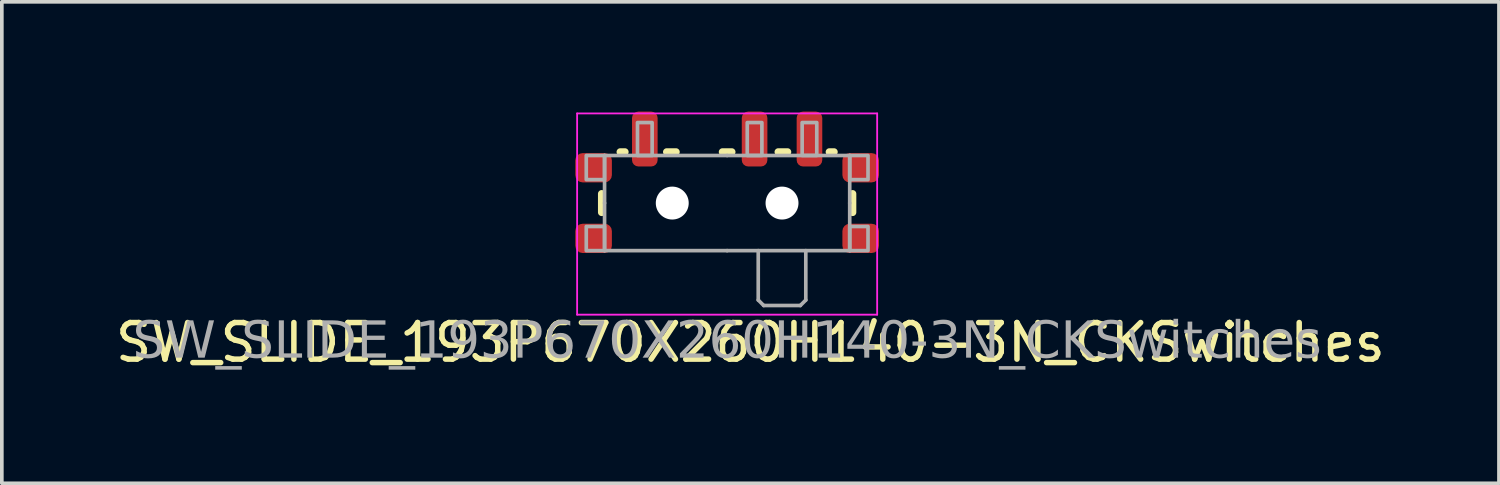
<source format=kicad_pcb>
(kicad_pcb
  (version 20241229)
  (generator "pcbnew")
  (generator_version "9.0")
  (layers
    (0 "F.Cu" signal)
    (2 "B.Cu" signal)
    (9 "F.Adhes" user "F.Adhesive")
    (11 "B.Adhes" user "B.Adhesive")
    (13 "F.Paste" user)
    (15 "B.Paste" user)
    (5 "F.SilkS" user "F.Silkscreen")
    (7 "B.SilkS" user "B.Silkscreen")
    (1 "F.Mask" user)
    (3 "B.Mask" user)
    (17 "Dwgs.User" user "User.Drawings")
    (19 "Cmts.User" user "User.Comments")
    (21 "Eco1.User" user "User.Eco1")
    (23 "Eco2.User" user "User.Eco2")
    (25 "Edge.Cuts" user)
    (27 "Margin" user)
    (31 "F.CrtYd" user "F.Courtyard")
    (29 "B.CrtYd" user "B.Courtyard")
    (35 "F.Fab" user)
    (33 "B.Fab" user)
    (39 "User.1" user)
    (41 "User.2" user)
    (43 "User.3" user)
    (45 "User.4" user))
  (footprint "SW_SLIDE_193P670X260H140-3N_CKSwitches"
    (layer "F.Cu")
    (at 16.823 2.5)
    (property "Reference" "SW_SLIDE_193P670X260H140-3N_CKSwitches" (at 0.635 3.81 0) (layer "F.SilkS") (effects (font (size 1 1) (thickness 0.15))))
    (attr smd)
    (fp_line (start -3.429 0.254) (end -3.429 -0.254) (stroke (width 0.203) (type solid)) (layer "F.SilkS"))
    (fp_line (start -2.921 -1.397) (end -2.794 -1.397) (stroke (width 0.203) (type solid)) (layer "F.SilkS"))
    (fp_line (start -1.651 -1.397) (end -1.397 -1.397) (stroke (width 0.203) (type solid)) (layer "F.SilkS"))
    (fp_line (start 0.127 -1.397) (end -0.127 -1.397) (stroke (width 0.203) (type solid)) (layer "F.SilkS"))
    (fp_line (start 1.651 -1.397) (end 1.397 -1.397) (stroke (width 0.203) (type solid)) (layer "F.SilkS"))
    (fp_line (start 2.921 -1.397) (end 2.794 -1.397) (stroke (width 0.203) (type solid)) (layer "F.SilkS"))
    (fp_line (start 3.429 0.254) (end 3.429 -0.254) (stroke (width 0.203) (type solid)) (layer "F.SilkS"))
    (fp_line (start -4.1 -2.45) (end -4.1 3.05) (stroke (width 0.05) (type solid)) (layer "F.CrtYd"))
    (fp_line (start -4.1 3.05) (end 4.1 3.05) (stroke (width 0.05) (type solid)) (layer "F.CrtYd"))
    (fp_line (start 4.1 -2.45) (end -4.1 -2.45) (stroke (width 0.05) (type solid)) (layer "F.CrtYd"))
    (fp_line (start 4.1 3.05) (end 4.1 -2.45) (stroke (width 0.05) (type solid)) (layer "F.CrtYd"))
    (fp_line (start -3.35 -1.3) (end -3.35 0) (stroke (width 0.1) (type solid)) (layer "F.Fab"))
    (fp_line (start -3.35 1.3) (end -3.35 0) (stroke (width 0.1) (type solid)) (layer "F.Fab"))
    (fp_line (start 0 -1.3) (end -3.35 -1.3) (stroke (width 0.1) (type solid)) (layer "F.Fab"))
    (fp_line (start 0 -1.3) (end 3.35 -1.3) (stroke (width 0.1) (type solid)) (layer "F.Fab"))
    (fp_line (start 0 1.3) (end -3.35 1.3) (stroke (width 0.1) (type solid)) (layer "F.Fab"))
    (fp_line (start 0 1.3) (end 3.35 1.3) (stroke (width 0.1) (type solid)) (layer "F.Fab"))
    (fp_line (start 0.85 2.65) (end 0.85 1.3) (stroke (width 0.1) (type solid)) (layer "F.Fab"))
    (fp_line (start 1 2.8) (end 0.85 2.65) (stroke (width 0.1) (type solid)) (layer "F.Fab"))
    (fp_line (start 2 2.8) (end 1 2.8) (stroke (width 0.1) (type solid)) (layer "F.Fab"))
    (fp_line (start 2 2.8) (end 2.15 2.65) (stroke (width 0.1) (type solid)) (layer "F.Fab"))
    (fp_line (start 2.15 1.3) (end 2.15 2.65) (stroke (width 0.1) (type solid)) (layer "F.Fab"))
    (fp_line (start 3.35 -1.3) (end 3.35 0) (stroke (width 0.1) (type solid)) (layer "F.Fab"))
    (fp_line (start 3.35 1.3) (end 3.35 0) (stroke (width 0.1) (type solid)) (layer "F.Fab"))
    (fp_rect (start -3.35 -1.3) (end -3.85 -0.64) (stroke (width 0.1) (type solid)) (fill no) (layer "F.Fab"))
    (fp_rect (start -3.35 1.3) (end -3.85 0.64) (stroke (width 0.1) (type solid)) (fill no) (layer "F.Fab"))
    (fp_rect (start -2.05 -2.2) (end -2.45 -1.3) (stroke (width 0.1) (type solid)) (fill no) (layer "F.Fab"))
    (fp_rect (start 0.55 -2.2) (end 0.95 -1.3) (stroke (width 0.1) (type solid)) (fill no) (layer "F.Fab"))
    (fp_rect (start 2.05 -2.2) (end 2.45 -1.3) (stroke (width 0.1) (type solid)) (fill no) (layer "F.Fab"))
    (fp_rect (start 3.35 -1.3) (end 3.85 -0.64) (stroke (width 0.1) (type solid)) (fill no) (layer "F.Fab"))
    (fp_rect (start 3.35 1.3) (end 3.85 0.64) (stroke (width 0.1) (type solid)) (fill no) (layer "F.Fab"))
    (fp_text user "${REFERENCE}" (at 0 3.81 0) (layer "F.Fab") (effects (font (face "Tahoma") (size 1 1) (thickness 0.15))))
    (pad "" np_thru_hole circle (at -1.5 0) (size 0.9 0.9) (drill 0.9) (layers "*.Cu" "*.Mask"))
    (pad "" np_thru_hole circle (at 1.5 0) (size 0.9 0.9) (drill 0.9) (layers "*.Cu" "*.Mask"))
    (pad "1" smd roundrect (at -2.25 -1.75) (size 0.7 1.5) (layers "F.Cu" "F.Mask" "F.Paste") (roundrect_rratio 0.25))
    (pad "2" smd roundrect (at 0.75 -1.75) (size 0.7 1.5) (layers "F.Cu" "F.Mask" "F.Paste") (roundrect_rratio 0.25))
    (pad "3" smd roundrect (at 2.25 -1.75) (size 0.7 1.5) (layers "F.Cu" "F.Mask" "F.Paste") (roundrect_rratio 0.25))
    (pad "MP" smd roundrect (at -3.65 -0.965) (size 1 0.8) (layers "F.Cu" "F.Mask" "F.Paste") (roundrect_rratio 0.25))
    (pad "MP" smd roundrect (at -3.65 0.965) (size 1 0.8) (layers "F.Cu" "F.Mask" "F.Paste") (roundrect_rratio 0.25))
    (pad "MP" smd roundrect (at 3.65 -0.965) (size 1 0.8) (layers "F.Cu" "F.Mask" "F.Paste") (roundrect_rratio 0.25))
    (pad "MP" smd roundrect (at 3.65 0.965) (size 1 0.8) (layers "F.Cu" "F.Mask" "F.Paste") (roundrect_rratio 0.25))
    (zone (net_name "") (layer "F.Fab") (name "Top-NoComp") (hatch edge 0.5) (connect_pads) (min_thickness 0.25) (filled_areas_thickness no) (keepout (tracks allowed) (vias allowed) (pads allowed) (copperpour allowed) (footprints not_allowed)) (placement (enabled no)) (fill) (polygon (pts (xy 19.363 3.77) (xy 19.363 5.421) (xy 14.156 5.421) (xy 14.156 3.77)))))
  (gr_rect
    (start -3 -3)
    (end 37.917 10.158)
    (stroke (width 0.1) (type default))
    (fill no)
    (layer "Edge.Cuts")))
</source>
